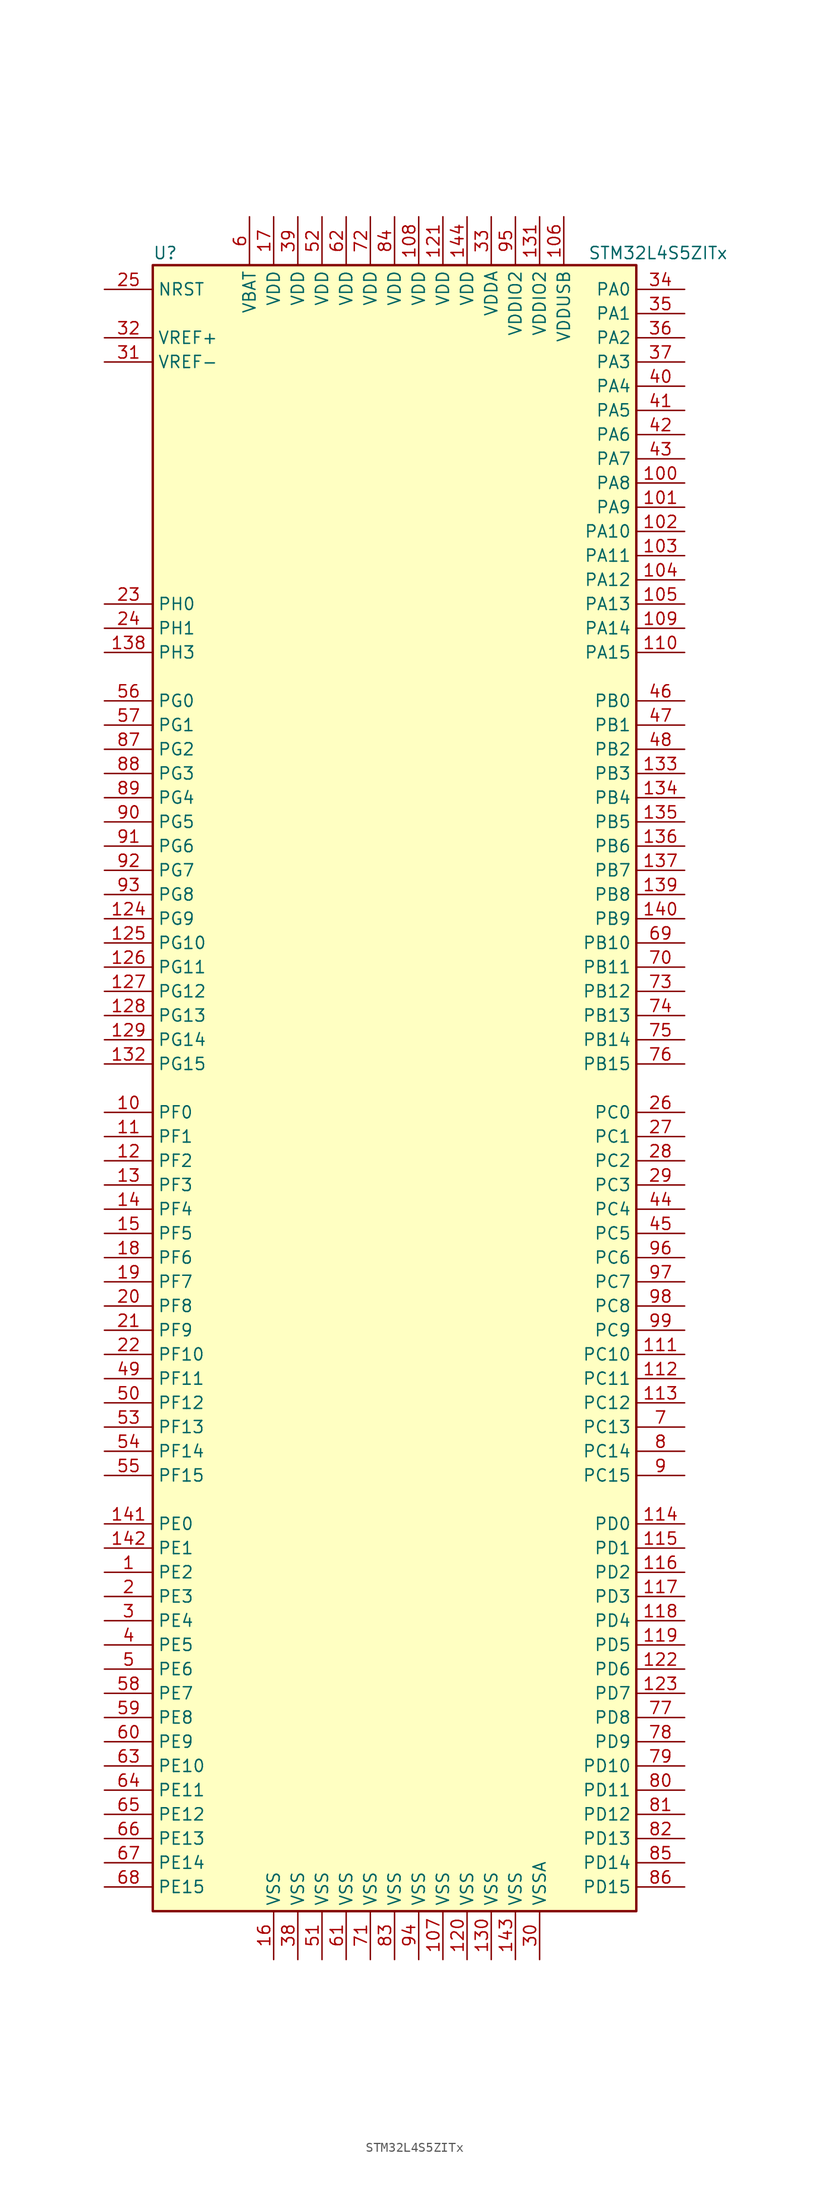
<source format=kicad_sym>
(kicad_symbol_lib
  (version 20220914)
  (generator kicad_symbol_editor)
  (symbol "STM32L4S5ZITx"
    (property "Reference" "U"
      (at -25.4 87.63 0)
      (effects (font (size 1.27 1.27)) (justify left)))
    (property "Value" "STM32L4S5ZITx"
      (at 20.32 87.63 0)
      (effects (font (size 1.27 1.27)) (justify left)))
    (symbol "STM32L4S5ZITx_0_1"
      (rectangle (start -25.4 -86.36) (end 25.4 86.36) (stroke (width 0.254) (type default)) (fill (type background))))
    (symbol "STM32L4S5ZITx_1_1"
      (pin bidirectional line (at -30.48 -50.8 0) (length 5.08) (name "PE2" (effects (font (size 1.27 1.27)))) (number "1" (effects (font (size 1.27 1.27)))))
      (pin bidirectional line (at -30.48 -2.54 0) (length 5.08) (name "PF0" (effects (font (size 1.27 1.27)))) (number "10" (effects (font (size 1.27 1.27)))))
      (pin bidirectional line (at 30.48 63.5 180) (length 5.08) (name "PA8" (effects (font (size 1.27 1.27)))) (number "100" (effects (font (size 1.27 1.27)))))
      (pin bidirectional line (at 30.48 60.96 180) (length 5.08) (name "PA9" (effects (font (size 1.27 1.27)))) (number "101" (effects (font (size 1.27 1.27)))))
      (pin bidirectional line (at 30.48 58.42 180) (length 5.08) (name "PA10" (effects (font (size 1.27 1.27)))) (number "102" (effects (font (size 1.27 1.27)))))
      (pin bidirectional line (at 30.48 55.88 180) (length 5.08) (name "PA11" (effects (font (size 1.27 1.27)))) (number "103" (effects (font (size 1.27 1.27)))))
      (pin bidirectional line (at 30.48 53.34 180) (length 5.08) (name "PA12" (effects (font (size 1.27 1.27)))) (number "104" (effects (font (size 1.27 1.27)))))
      (pin bidirectional line (at 30.48 50.8 180) (length 5.08) (name "PA13" (effects (font (size 1.27 1.27)))) (number "105" (effects (font (size 1.27 1.27)))))
      (pin power_in line (at 17.78 91.44 270) (length 5.08) (name "VDDUSB" (effects (font (size 1.27 1.27)))) (number "106" (effects (font (size 1.27 1.27)))))
      (pin power_in line (at 5.08 -91.44 90) (length 5.08) (name "VSS" (effects (font (size 1.27 1.27)))) (number "107" (effects (font (size 1.27 1.27)))))
      (pin power_in line (at 2.54 91.44 270) (length 5.08) (name "VDD" (effects (font (size 1.27 1.27)))) (number "108" (effects (font (size 1.27 1.27)))))
      (pin bidirectional line (at 30.48 48.26 180) (length 5.08) (name "PA14" (effects (font (size 1.27 1.27)))) (number "109" (effects (font (size 1.27 1.27)))))
      (pin bidirectional line (at -30.48 -5.08 0) (length 5.08) (name "PF1" (effects (font (size 1.27 1.27)))) (number "11" (effects (font (size 1.27 1.27)))))
      (pin bidirectional line (at 30.48 45.72 180) (length 5.08) (name "PA15" (effects (font (size 1.27 1.27)))) (number "110" (effects (font (size 1.27 1.27)))))
      (pin bidirectional line (at 30.48 -27.94 180) (length 5.08) (name "PC10" (effects (font (size 1.27 1.27)))) (number "111" (effects (font (size 1.27 1.27)))))
      (pin bidirectional line (at 30.48 -30.48 180) (length 5.08) (name "PC11" (effects (font (size 1.27 1.27)))) (number "112" (effects (font (size 1.27 1.27)))))
      (pin bidirectional line (at 30.48 -33.02 180) (length 5.08) (name "PC12" (effects (font (size 1.27 1.27)))) (number "113" (effects (font (size 1.27 1.27)))))
      (pin bidirectional line (at 30.48 -45.72 180) (length 5.08) (name "PD0" (effects (font (size 1.27 1.27)))) (number "114" (effects (font (size 1.27 1.27)))))
      (pin bidirectional line (at 30.48 -48.26 180) (length 5.08) (name "PD1" (effects (font (size 1.27 1.27)))) (number "115" (effects (font (size 1.27 1.27)))))
      (pin bidirectional line (at 30.48 -50.8 180) (length 5.08) (name "PD2" (effects (font (size 1.27 1.27)))) (number "116" (effects (font (size 1.27 1.27)))))
      (pin bidirectional line (at 30.48 -53.34 180) (length 5.08) (name "PD3" (effects (font (size 1.27 1.27)))) (number "117" (effects (font (size 1.27 1.27)))))
      (pin bidirectional line (at 30.48 -55.88 180) (length 5.08) (name "PD4" (effects (font (size 1.27 1.27)))) (number "118" (effects (font (size 1.27 1.27)))))
      (pin bidirectional line (at 30.48 -58.42 180) (length 5.08) (name "PD5" (effects (font (size 1.27 1.27)))) (number "119" (effects (font (size 1.27 1.27)))))
      (pin bidirectional line (at -30.48 -7.62 0) (length 5.08) (name "PF2" (effects (font (size 1.27 1.27)))) (number "12" (effects (font (size 1.27 1.27)))))
      (pin power_in line (at 7.62 -91.44 90) (length 5.08) (name "VSS" (effects (font (size 1.27 1.27)))) (number "120" (effects (font (size 1.27 1.27)))))
      (pin power_in line (at 5.08 91.44 270) (length 5.08) (name "VDD" (effects (font (size 1.27 1.27)))) (number "121" (effects (font (size 1.27 1.27)))))
      (pin bidirectional line (at 30.48 -60.96 180) (length 5.08) (name "PD6" (effects (font (size 1.27 1.27)))) (number "122" (effects (font (size 1.27 1.27)))))
      (pin bidirectional line (at 30.48 -63.5 180) (length 5.08) (name "PD7" (effects (font (size 1.27 1.27)))) (number "123" (effects (font (size 1.27 1.27)))))
      (pin bidirectional line (at -30.48 17.78 0) (length 5.08) (name "PG9" (effects (font (size 1.27 1.27)))) (number "124" (effects (font (size 1.27 1.27)))))
      (pin bidirectional line (at -30.48 15.24 0) (length 5.08) (name "PG10" (effects (font (size 1.27 1.27)))) (number "125" (effects (font (size 1.27 1.27)))))
      (pin bidirectional line (at -30.48 12.7 0) (length 5.08) (name "PG11" (effects (font (size 1.27 1.27)))) (number "126" (effects (font (size 1.27 1.27)))))
      (pin bidirectional line (at -30.48 10.16 0) (length 5.08) (name "PG12" (effects (font (size 1.27 1.27)))) (number "127" (effects (font (size 1.27 1.27)))))
      (pin bidirectional line (at -30.48 7.62 0) (length 5.08) (name "PG13" (effects (font (size 1.27 1.27)))) (number "128" (effects (font (size 1.27 1.27)))))
      (pin bidirectional line (at -30.48 5.08 0) (length 5.08) (name "PG14" (effects (font (size 1.27 1.27)))) (number "129" (effects (font (size 1.27 1.27)))))
      (pin bidirectional line (at -30.48 -10.16 0) (length 5.08) (name "PF3" (effects (font (size 1.27 1.27)))) (number "13" (effects (font (size 1.27 1.27)))))
      (pin power_in line (at 10.16 -91.44 90) (length 5.08) (name "VSS" (effects (font (size 1.27 1.27)))) (number "130" (effects (font (size 1.27 1.27)))))
      (pin power_in line (at 15.24 91.44 270) (length 5.08) (name "VDDIO2" (effects (font (size 1.27 1.27)))) (number "131" (effects (font (size 1.27 1.27)))))
      (pin bidirectional line (at -30.48 2.54 0) (length 5.08) (name "PG15" (effects (font (size 1.27 1.27)))) (number "132" (effects (font (size 1.27 1.27)))))
      (pin bidirectional line (at 30.48 33.02 180) (length 5.08) (name "PB3" (effects (font (size 1.27 1.27)))) (number "133" (effects (font (size 1.27 1.27)))))
      (pin bidirectional line (at 30.48 30.48 180) (length 5.08) (name "PB4" (effects (font (size 1.27 1.27)))) (number "134" (effects (font (size 1.27 1.27)))))
      (pin bidirectional line (at 30.48 27.94 180) (length 5.08) (name "PB5" (effects (font (size 1.27 1.27)))) (number "135" (effects (font (size 1.27 1.27)))))
      (pin bidirectional line (at 30.48 25.4 180) (length 5.08) (name "PB6" (effects (font (size 1.27 1.27)))) (number "136" (effects (font (size 1.27 1.27)))))
      (pin bidirectional line (at 30.48 22.86 180) (length 5.08) (name "PB7" (effects (font (size 1.27 1.27)))) (number "137" (effects (font (size 1.27 1.27)))))
      (pin bidirectional line (at -30.48 45.72 0) (length 5.08) (name "PH3" (effects (font (size 1.27 1.27)))) (number "138" (effects (font (size 1.27 1.27)))))
      (pin bidirectional line (at 30.48 20.32 180) (length 5.08) (name "PB8" (effects (font (size 1.27 1.27)))) (number "139" (effects (font (size 1.27 1.27)))))
      (pin bidirectional line (at -30.48 -12.7 0) (length 5.08) (name "PF4" (effects (font (size 1.27 1.27)))) (number "14" (effects (font (size 1.27 1.27)))))
      (pin bidirectional line (at 30.48 17.78 180) (length 5.08) (name "PB9" (effects (font (size 1.27 1.27)))) (number "140" (effects (font (size 1.27 1.27)))))
      (pin bidirectional line (at -30.48 -45.72 0) (length 5.08) (name "PE0" (effects (font (size 1.27 1.27)))) (number "141" (effects (font (size 1.27 1.27)))))
      (pin bidirectional line (at -30.48 -48.26 0) (length 5.08) (name "PE1" (effects (font (size 1.27 1.27)))) (number "142" (effects (font (size 1.27 1.27)))))
      (pin power_in line (at 12.7 -91.44 90) (length 5.08) (name "VSS" (effects (font (size 1.27 1.27)))) (number "143" (effects (font (size 1.27 1.27)))))
      (pin power_in line (at 7.62 91.44 270) (length 5.08) (name "VDD" (effects (font (size 1.27 1.27)))) (number "144" (effects (font (size 1.27 1.27)))))
      (pin bidirectional line (at -30.48 -15.24 0) (length 5.08) (name "PF5" (effects (font (size 1.27 1.27)))) (number "15" (effects (font (size 1.27 1.27)))))
      (pin power_in line (at -12.7 -91.44 90) (length 5.08) (name "VSS" (effects (font (size 1.27 1.27)))) (number "16" (effects (font (size 1.27 1.27)))))
      (pin power_in line (at -12.7 91.44 270) (length 5.08) (name "VDD" (effects (font (size 1.27 1.27)))) (number "17" (effects (font (size 1.27 1.27)))))
      (pin bidirectional line (at -30.48 -17.78 0) (length 5.08) (name "PF6" (effects (font (size 1.27 1.27)))) (number "18" (effects (font (size 1.27 1.27)))))
      (pin bidirectional line (at -30.48 -20.32 0) (length 5.08) (name "PF7" (effects (font (size 1.27 1.27)))) (number "19" (effects (font (size 1.27 1.27)))))
      (pin bidirectional line (at -30.48 -53.34 0) (length 5.08) (name "PE3" (effects (font (size 1.27 1.27)))) (number "2" (effects (font (size 1.27 1.27)))))
      (pin bidirectional line (at -30.48 -22.86 0) (length 5.08) (name "PF8" (effects (font (size 1.27 1.27)))) (number "20" (effects (font (size 1.27 1.27)))))
      (pin bidirectional line (at -30.48 -25.4 0) (length 5.08) (name "PF9" (effects (font (size 1.27 1.27)))) (number "21" (effects (font (size 1.27 1.27)))))
      (pin bidirectional line (at -30.48 -27.94 0) (length 5.08) (name "PF10" (effects (font (size 1.27 1.27)))) (number "22" (effects (font (size 1.27 1.27)))))
      (pin input line (at -30.48 50.8 0) (length 5.08) (name "PH0" (effects (font (size 1.27 1.27)))) (number "23" (effects (font (size 1.27 1.27)))))
      (pin input line (at -30.48 48.26 0) (length 5.08) (name "PH1" (effects (font (size 1.27 1.27)))) (number "24" (effects (font (size 1.27 1.27)))))
      (pin input line (at -30.48 83.82 0) (length 5.08) (name "NRST" (effects (font (size 1.27 1.27)))) (number "25" (effects (font (size 1.27 1.27)))))
      (pin bidirectional line (at 30.48 -2.54 180) (length 5.08) (name "PC0" (effects (font (size 1.27 1.27)))) (number "26" (effects (font (size 1.27 1.27)))))
      (pin bidirectional line (at 30.48 -5.08 180) (length 5.08) (name "PC1" (effects (font (size 1.27 1.27)))) (number "27" (effects (font (size 1.27 1.27)))))
      (pin bidirectional line (at 30.48 -7.62 180) (length 5.08) (name "PC2" (effects (font (size 1.27 1.27)))) (number "28" (effects (font (size 1.27 1.27)))))
      (pin bidirectional line (at 30.48 -10.16 180) (length 5.08) (name "PC3" (effects (font (size 1.27 1.27)))) (number "29" (effects (font (size 1.27 1.27)))))
      (pin bidirectional line (at -30.48 -55.88 0) (length 5.08) (name "PE4" (effects (font (size 1.27 1.27)))) (number "3" (effects (font (size 1.27 1.27)))))
      (pin power_in line (at 15.24 -91.44 90) (length 5.08) (name "VSSA" (effects (font (size 1.27 1.27)))) (number "30" (effects (font (size 1.27 1.27)))))
      (pin power_in line (at -30.48 76.2 0) (length 5.08) (name "VREF-" (effects (font (size 1.27 1.27)))) (number "31" (effects (font (size 1.27 1.27)))))
      (pin bidirectional line (at -30.48 78.74 0) (length 5.08) (name "VREF+" (effects (font (size 1.27 1.27)))) (number "32" (effects (font (size 1.27 1.27)))))
      (pin power_in line (at 10.16 91.44 270) (length 5.08) (name "VDDA" (effects (font (size 1.27 1.27)))) (number "33" (effects (font (size 1.27 1.27)))))
      (pin bidirectional line (at 30.48 83.82 180) (length 5.08) (name "PA0" (effects (font (size 1.27 1.27)))) (number "34" (effects (font (size 1.27 1.27)))))
      (pin bidirectional line (at 30.48 81.28 180) (length 5.08) (name "PA1" (effects (font (size 1.27 1.27)))) (number "35" (effects (font (size 1.27 1.27)))))
      (pin bidirectional line (at 30.48 78.74 180) (length 5.08) (name "PA2" (effects (font (size 1.27 1.27)))) (number "36" (effects (font (size 1.27 1.27)))))
      (pin bidirectional line (at 30.48 76.2 180) (length 5.08) (name "PA3" (effects (font (size 1.27 1.27)))) (number "37" (effects (font (size 1.27 1.27)))))
      (pin power_in line (at -10.16 -91.44 90) (length 5.08) (name "VSS" (effects (font (size 1.27 1.27)))) (number "38" (effects (font (size 1.27 1.27)))))
      (pin power_in line (at -10.16 91.44 270) (length 5.08) (name "VDD" (effects (font (size 1.27 1.27)))) (number "39" (effects (font (size 1.27 1.27)))))
      (pin bidirectional line (at -30.48 -58.42 0) (length 5.08) (name "PE5" (effects (font (size 1.27 1.27)))) (number "4" (effects (font (size 1.27 1.27)))))
      (pin bidirectional line (at 30.48 73.66 180) (length 5.08) (name "PA4" (effects (font (size 1.27 1.27)))) (number "40" (effects (font (size 1.27 1.27)))))
      (pin bidirectional line (at 30.48 71.12 180) (length 5.08) (name "PA5" (effects (font (size 1.27 1.27)))) (number "41" (effects (font (size 1.27 1.27)))))
      (pin bidirectional line (at 30.48 68.58 180) (length 5.08) (name "PA6" (effects (font (size 1.27 1.27)))) (number "42" (effects (font (size 1.27 1.27)))))
      (pin bidirectional line (at 30.48 66.04 180) (length 5.08) (name "PA7" (effects (font (size 1.27 1.27)))) (number "43" (effects (font (size 1.27 1.27)))))
      (pin bidirectional line (at 30.48 -12.7 180) (length 5.08) (name "PC4" (effects (font (size 1.27 1.27)))) (number "44" (effects (font (size 1.27 1.27)))))
      (pin bidirectional line (at 30.48 -15.24 180) (length 5.08) (name "PC5" (effects (font (size 1.27 1.27)))) (number "45" (effects (font (size 1.27 1.27)))))
      (pin bidirectional line (at 30.48 40.64 180) (length 5.08) (name "PB0" (effects (font (size 1.27 1.27)))) (number "46" (effects (font (size 1.27 1.27)))))
      (pin bidirectional line (at 30.48 38.1 180) (length 5.08) (name "PB1" (effects (font (size 1.27 1.27)))) (number "47" (effects (font (size 1.27 1.27)))))
      (pin bidirectional line (at 30.48 35.56 180) (length 5.08) (name "PB2" (effects (font (size 1.27 1.27)))) (number "48" (effects (font (size 1.27 1.27)))))
      (pin bidirectional line (at -30.48 -30.48 0) (length 5.08) (name "PF11" (effects (font (size 1.27 1.27)))) (number "49" (effects (font (size 1.27 1.27)))))
      (pin bidirectional line (at -30.48 -60.96 0) (length 5.08) (name "PE6" (effects (font (size 1.27 1.27)))) (number "5" (effects (font (size 1.27 1.27)))))
      (pin bidirectional line (at -30.48 -33.02 0) (length 5.08) (name "PF12" (effects (font (size 1.27 1.27)))) (number "50" (effects (font (size 1.27 1.27)))))
      (pin power_in line (at -7.62 -91.44 90) (length 5.08) (name "VSS" (effects (font (size 1.27 1.27)))) (number "51" (effects (font (size 1.27 1.27)))))
      (pin power_in line (at -7.62 91.44 270) (length 5.08) (name "VDD" (effects (font (size 1.27 1.27)))) (number "52" (effects (font (size 1.27 1.27)))))
      (pin bidirectional line (at -30.48 -35.56 0) (length 5.08) (name "PF13" (effects (font (size 1.27 1.27)))) (number "53" (effects (font (size 1.27 1.27)))))
      (pin bidirectional line (at -30.48 -38.1 0) (length 5.08) (name "PF14" (effects (font (size 1.27 1.27)))) (number "54" (effects (font (size 1.27 1.27)))))
      (pin bidirectional line (at -30.48 -40.64 0) (length 5.08) (name "PF15" (effects (font (size 1.27 1.27)))) (number "55" (effects (font (size 1.27 1.27)))))
      (pin bidirectional line (at -30.48 40.64 0) (length 5.08) (name "PG0" (effects (font (size 1.27 1.27)))) (number "56" (effects (font (size 1.27 1.27)))))
      (pin bidirectional line (at -30.48 38.1 0) (length 5.08) (name "PG1" (effects (font (size 1.27 1.27)))) (number "57" (effects (font (size 1.27 1.27)))))
      (pin bidirectional line (at -30.48 -63.5 0) (length 5.08) (name "PE7" (effects (font (size 1.27 1.27)))) (number "58" (effects (font (size 1.27 1.27)))))
      (pin bidirectional line (at -30.48 -66.04 0) (length 5.08) (name "PE8" (effects (font (size 1.27 1.27)))) (number "59" (effects (font (size 1.27 1.27)))))
      (pin power_in line (at -15.24 91.44 270) (length 5.08) (name "VBAT" (effects (font (size 1.27 1.27)))) (number "6" (effects (font (size 1.27 1.27)))))
      (pin bidirectional line (at -30.48 -68.58 0) (length 5.08) (name "PE9" (effects (font (size 1.27 1.27)))) (number "60" (effects (font (size 1.27 1.27)))))
      (pin power_in line (at -5.08 -91.44 90) (length 5.08) (name "VSS" (effects (font (size 1.27 1.27)))) (number "61" (effects (font (size 1.27 1.27)))))
      (pin power_in line (at -5.08 91.44 270) (length 5.08) (name "VDD" (effects (font (size 1.27 1.27)))) (number "62" (effects (font (size 1.27 1.27)))))
      (pin bidirectional line (at -30.48 -71.12 0) (length 5.08) (name "PE10" (effects (font (size 1.27 1.27)))) (number "63" (effects (font (size 1.27 1.27)))))
      (pin bidirectional line (at -30.48 -73.66 0) (length 5.08) (name "PE11" (effects (font (size 1.27 1.27)))) (number "64" (effects (font (size 1.27 1.27)))))
      (pin bidirectional line (at -30.48 -76.2 0) (length 5.08) (name "PE12" (effects (font (size 1.27 1.27)))) (number "65" (effects (font (size 1.27 1.27)))))
      (pin bidirectional line (at -30.48 -78.74 0) (length 5.08) (name "PE13" (effects (font (size 1.27 1.27)))) (number "66" (effects (font (size 1.27 1.27)))))
      (pin bidirectional line (at -30.48 -81.28 0) (length 5.08) (name "PE14" (effects (font (size 1.27 1.27)))) (number "67" (effects (font (size 1.27 1.27)))))
      (pin bidirectional line (at -30.48 -83.82 0) (length 5.08) (name "PE15" (effects (font (size 1.27 1.27)))) (number "68" (effects (font (size 1.27 1.27)))))
      (pin bidirectional line (at 30.48 15.24 180) (length 5.08) (name "PB10" (effects (font (size 1.27 1.27)))) (number "69" (effects (font (size 1.27 1.27)))))
      (pin bidirectional line (at 30.48 -35.56 180) (length 5.08) (name "PC13" (effects (font (size 1.27 1.27)))) (number "7" (effects (font (size 1.27 1.27)))))
      (pin bidirectional line (at 30.48 12.7 180) (length 5.08) (name "PB11" (effects (font (size 1.27 1.27)))) (number "70" (effects (font (size 1.27 1.27)))))
      (pin power_in line (at -2.54 -91.44 90) (length 5.08) (name "VSS" (effects (font (size 1.27 1.27)))) (number "71" (effects (font (size 1.27 1.27)))))
      (pin power_in line (at -2.54 91.44 270) (length 5.08) (name "VDD" (effects (font (size 1.27 1.27)))) (number "72" (effects (font (size 1.27 1.27)))))
      (pin bidirectional line (at 30.48 10.16 180) (length 5.08) (name "PB12" (effects (font (size 1.27 1.27)))) (number "73" (effects (font (size 1.27 1.27)))))
      (pin bidirectional line (at 30.48 7.62 180) (length 5.08) (name "PB13" (effects (font (size 1.27 1.27)))) (number "74" (effects (font (size 1.27 1.27)))))
      (pin bidirectional line (at 30.48 5.08 180) (length 5.08) (name "PB14" (effects (font (size 1.27 1.27)))) (number "75" (effects (font (size 1.27 1.27)))))
      (pin bidirectional line (at 30.48 2.54 180) (length 5.08) (name "PB15" (effects (font (size 1.27 1.27)))) (number "76" (effects (font (size 1.27 1.27)))))
      (pin bidirectional line (at 30.48 -66.04 180) (length 5.08) (name "PD8" (effects (font (size 1.27 1.27)))) (number "77" (effects (font (size 1.27 1.27)))))
      (pin bidirectional line (at 30.48 -68.58 180) (length 5.08) (name "PD9" (effects (font (size 1.27 1.27)))) (number "78" (effects (font (size 1.27 1.27)))))
      (pin bidirectional line (at 30.48 -71.12 180) (length 5.08) (name "PD10" (effects (font (size 1.27 1.27)))) (number "79" (effects (font (size 1.27 1.27)))))
      (pin bidirectional line (at 30.48 -38.1 180) (length 5.08) (name "PC14" (effects (font (size 1.27 1.27)))) (number "8" (effects (font (size 1.27 1.27)))))
      (pin bidirectional line (at 30.48 -73.66 180) (length 5.08) (name "PD11" (effects (font (size 1.27 1.27)))) (number "80" (effects (font (size 1.27 1.27)))))
      (pin bidirectional line (at 30.48 -76.2 180) (length 5.08) (name "PD12" (effects (font (size 1.27 1.27)))) (number "81" (effects (font (size 1.27 1.27)))))
      (pin bidirectional line (at 30.48 -78.74 180) (length 5.08) (name "PD13" (effects (font (size 1.27 1.27)))) (number "82" (effects (font (size 1.27 1.27)))))
      (pin power_in line (at 0 -91.44 90) (length 5.08) (name "VSS" (effects (font (size 1.27 1.27)))) (number "83" (effects (font (size 1.27 1.27)))))
      (pin power_in line (at 0 91.44 270) (length 5.08) (name "VDD" (effects (font (size 1.27 1.27)))) (number "84" (effects (font (size 1.27 1.27)))))
      (pin bidirectional line (at 30.48 -81.28 180) (length 5.08) (name "PD14" (effects (font (size 1.27 1.27)))) (number "85" (effects (font (size 1.27 1.27)))))
      (pin bidirectional line (at 30.48 -83.82 180) (length 5.08) (name "PD15" (effects (font (size 1.27 1.27)))) (number "86" (effects (font (size 1.27 1.27)))))
      (pin bidirectional line (at -30.48 35.56 0) (length 5.08) (name "PG2" (effects (font (size 1.27 1.27)))) (number "87" (effects (font (size 1.27 1.27)))))
      (pin bidirectional line (at -30.48 33.02 0) (length 5.08) (name "PG3" (effects (font (size 1.27 1.27)))) (number "88" (effects (font (size 1.27 1.27)))))
      (pin bidirectional line (at -30.48 30.48 0) (length 5.08) (name "PG4" (effects (font (size 1.27 1.27)))) (number "89" (effects (font (size 1.27 1.27)))))
      (pin bidirectional line (at 30.48 -40.64 180) (length 5.08) (name "PC15" (effects (font (size 1.27 1.27)))) (number "9" (effects (font (size 1.27 1.27)))))
      (pin bidirectional line (at -30.48 27.94 0) (length 5.08) (name "PG5" (effects (font (size 1.27 1.27)))) (number "90" (effects (font (size 1.27 1.27)))))
      (pin bidirectional line (at -30.48 25.4 0) (length 5.08) (name "PG6" (effects (font (size 1.27 1.27)))) (number "91" (effects (font (size 1.27 1.27)))))
      (pin bidirectional line (at -30.48 22.86 0) (length 5.08) (name "PG7" (effects (font (size 1.27 1.27)))) (number "92" (effects (font (size 1.27 1.27)))))
      (pin bidirectional line (at -30.48 20.32 0) (length 5.08) (name "PG8" (effects (font (size 1.27 1.27)))) (number "93" (effects (font (size 1.27 1.27)))))
      (pin power_in line (at 2.54 -91.44 90) (length 5.08) (name "VSS" (effects (font (size 1.27 1.27)))) (number "94" (effects (font (size 1.27 1.27)))))
      (pin power_in line (at 12.7 91.44 270) (length 5.08) (name "VDDIO2" (effects (font (size 1.27 1.27)))) (number "95" (effects (font (size 1.27 1.27)))))
      (pin bidirectional line (at 30.48 -17.78 180) (length 5.08) (name "PC6" (effects (font (size 1.27 1.27)))) (number "96" (effects (font (size 1.27 1.27)))))
      (pin bidirectional line (at 30.48 -20.32 180) (length 5.08) (name "PC7" (effects (font (size 1.27 1.27)))) (number "97" (effects (font (size 1.27 1.27)))))
      (pin bidirectional line (at 30.48 -22.86 180) (length 5.08) (name "PC8" (effects (font (size 1.27 1.27)))) (number "98" (effects (font (size 1.27 1.27)))))
      (pin bidirectional line (at 30.48 -25.4 180) (length 5.08) (name "PC9" (effects (font (size 1.27 1.27)))) (number "99" (effects (font (size 1.27 1.27))))))))
</source>
